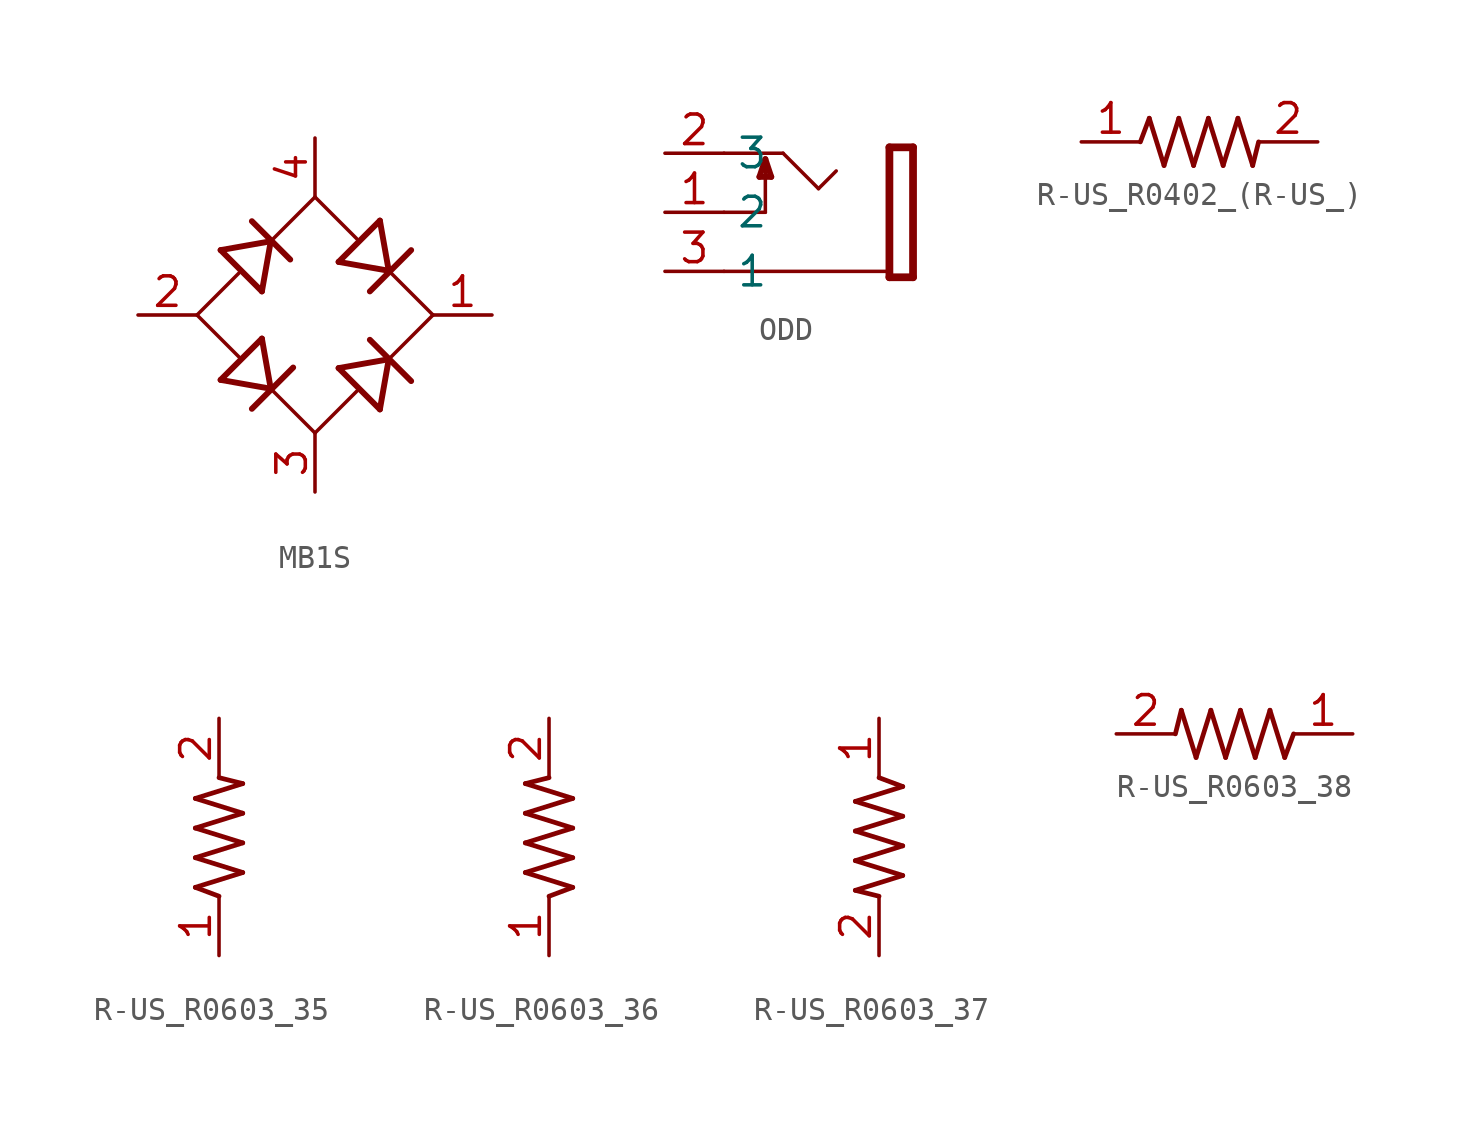
<source format=kicad_sym>
(kicad_symbol_lib
  (version 20231120)
  (generator "kicad_symbol_editor")
  (generator_version "8.0")
  (symbol "MB1S"
    (property "Reference" "D"
      (at 0 0 0)
      (effects (font (size 1.27 1.27)) (hide yes)))
    (property "ki_locked" ""
      (at 0 0 0)
      (effects (font (size 1.27 1.27))))
    (symbol "MB1S_1_0"
      (polyline (pts (xy -5.08 0) (xy -3.277 1.803)) (stroke (width 0.152) (type solid)) (fill (type none)))
      (polyline (pts (xy -4.064 -2.794) (xy -2.286 -1.016)) (stroke (width 0.254) (type solid)) (fill (type none)))
      (polyline (pts (xy -4.064 2.794) (xy -2.286 1.016)) (stroke (width 0.254) (type solid)) (fill (type none)))
      (polyline (pts (xy -3.277 -1.803) (xy -5.08 0)) (stroke (width 0.152) (type solid)) (fill (type none)))
      (polyline (pts (xy -2.718 -4.039) (xy -0.94 -2.261)) (stroke (width 0.254) (type solid)) (fill (type none)))
      (polyline (pts (xy -2.718 4.039) (xy -1.067 2.388)) (stroke (width 0.254) (type solid)) (fill (type none)))
      (polyline (pts (xy -1.905 -3.175) (xy -4.064 -2.794)) (stroke (width 0.254) (type solid)) (fill (type none)))
      (polyline (pts (xy -1.905 -3.175) (xy -2.286 -1.016)) (stroke (width 0.254) (type solid)) (fill (type none)))
      (polyline (pts (xy -1.905 3.175) (xy -4.064 2.794)) (stroke (width 0.254) (type solid)) (fill (type none)))
      (polyline (pts (xy -1.905 3.175) (xy -2.286 1.016)) (stroke (width 0.254) (type solid)) (fill (type none)))
      (polyline (pts (xy -1.905 3.175) (xy 0 5.08)) (stroke (width 0.152) (type solid)) (fill (type none)))
      (polyline (pts (xy 0 -5.08) (xy -1.905 -3.175)) (stroke (width 0.152) (type solid)) (fill (type none)))
      (polyline (pts (xy 0 -5.08) (xy 1.803 -3.277)) (stroke (width 0.152) (type solid)) (fill (type none)))
      (polyline (pts (xy 0 5.08) (xy 1.803 3.277)) (stroke (width 0.152) (type solid)) (fill (type none)))
      (polyline (pts (xy 1.016 -2.286) (xy 2.794 -4.064)) (stroke (width 0.254) (type solid)) (fill (type none)))
      (polyline (pts (xy 1.016 2.286) (xy 2.794 4.064)) (stroke (width 0.254) (type solid)) (fill (type none)))
      (polyline (pts (xy 2.362 -1.067) (xy 4.14 -2.845)) (stroke (width 0.254) (type solid)) (fill (type none)))
      (polyline (pts (xy 2.362 1.016) (xy 4.14 2.794)) (stroke (width 0.254) (type solid)) (fill (type none)))
      (polyline (pts (xy 3.175 -1.905) (xy 1.016 -2.286)) (stroke (width 0.254) (type solid)) (fill (type none)))
      (polyline (pts (xy 3.175 -1.905) (xy 2.794 -4.064)) (stroke (width 0.254) (type solid)) (fill (type none)))
      (polyline (pts (xy 3.175 1.905) (xy 1.016 2.286)) (stroke (width 0.254) (type solid)) (fill (type none)))
      (polyline (pts (xy 3.175 1.905) (xy 2.794 4.064)) (stroke (width 0.254) (type solid)) (fill (type none)))
      (polyline (pts (xy 3.175 1.905) (xy 5.08 0)) (stroke (width 0.152) (type solid)) (fill (type none)))
      (polyline (pts (xy 5.08 0) (xy 3.175 -1.905)) (stroke (width 0.152) (type solid)) (fill (type none)))
      (pin passive line (at 7.62 0 180) (length 2.54) (name "+" (effects (font (size 0 0)))) (number "1" (effects (font (size 1.27 1.27)))))
      (pin passive line (at -7.62 0 0) (length 2.54) (name "-" (effects (font (size 0 0)))) (number "2" (effects (font (size 1.27 1.27)))))
      (pin passive line (at 0 -7.62 90) (length 2.54) (name "AC2" (effects (font (size 0 0)))) (number "3" (effects (font (size 1.27 1.27)))))
      (pin passive line (at 0 7.62 270) (length 2.54) (name "AC1" (effects (font (size 0 0)))) (number "4" (effects (font (size 1.27 1.27)))))))
  (symbol "ODD"
    (property "Reference" "J"
      (at 0 0 0)
      (effects (font (size 1.27 1.27)) (hide yes)))
    (property "ki_locked" ""
      (at 0 0 0)
      (effects (font (size 1.27 1.27))))
    (symbol "ODD_1_0"
      (polyline (pts (xy -4.065 -2.54) (xy 3.047 -2.54)) (stroke (width 0.152) (type solid)) (fill (type none)))
      (polyline (pts (xy -4.065 0) (xy -2.287 0)) (stroke (width 0.152) (type solid)) (fill (type none)))
      (polyline (pts (xy -4.065 2.54) (xy -1.525 2.54)) (stroke (width 0.152) (type solid)) (fill (type none)))
      (polyline (pts (xy -2.541 1.524) (xy -2.033 1.524)) (stroke (width 0.254) (type solid)) (fill (type none)))
      (polyline (pts (xy -2.287 0) (xy -2.287 2.286)) (stroke (width 0.152) (type solid)) (fill (type none)))
      (polyline (pts (xy -2.287 2.286) (xy -2.541 1.524)) (stroke (width 0.254) (type solid)) (fill (type none)))
      (polyline (pts (xy -2.033 1.524) (xy -2.287 2.286)) (stroke (width 0.254) (type solid)) (fill (type none)))
      (polyline (pts (xy -1.525 2.54) (xy -0.001 1.016)) (stroke (width 0.152) (type solid)) (fill (type none)))
      (polyline (pts (xy -0.001 1.016) (xy 0.761 1.778)) (stroke (width 0.152) (type solid)) (fill (type none)))
      (polyline (pts (xy 3.049 -2.794) (xy 3.049 2.794)) (stroke (width 0.333) (type solid)) (fill (type none)))
      (polyline (pts (xy 3.049 2.794) (xy 4.065 2.794)) (stroke (width 0.333) (type solid)) (fill (type none)))
      (polyline (pts (xy 4.065 -2.794) (xy 3.049 -2.794)) (stroke (width 0.333) (type solid)) (fill (type none)))
      (polyline (pts (xy 4.065 2.794) (xy 4.065 -2.794)) (stroke (width 0.333) (type solid)) (fill (type none)))
      (pin passive line (at -6.605 0 0) (length 2.54) (name "2" (effects (font (size 1.27 1.27)))) (number "1" (effects (font (size 1.27 1.27)))))
      (pin passive line (at -6.605 2.54 0) (length 2.54) (name "3" (effects (font (size 1.27 1.27)))) (number "2" (effects (font (size 1.27 1.27)))))
      (pin passive line (at -6.605 -2.54 0) (length 2.54) (name "1" (effects (font (size 1.27 1.27)))) (number "3" (effects (font (size 1.27 1.27)))))))
  (symbol "R-US_R0402_(R-US_)"
    (property "Reference" "R"
      (at 0 0 0)
      (effects (font (size 1.27 1.27)) (hide yes)))
    (property "ki_locked" ""
      (at 0 0 0)
      (effects (font (size 1.27 1.27))))
    (symbol "R-US_R0402_(R-US_)_1_0"
      (polyline (pts (xy -2.54 0) (xy -2.159 1.016)) (stroke (width 0.203) (type solid)) (fill (type none)))
      (polyline (pts (xy -2.159 1.016) (xy -1.524 -1.016)) (stroke (width 0.203) (type solid)) (fill (type none)))
      (polyline (pts (xy -1.524 -1.016) (xy -0.889 1.016)) (stroke (width 0.203) (type solid)) (fill (type none)))
      (polyline (pts (xy -0.889 1.016) (xy -0.254 -1.016)) (stroke (width 0.203) (type solid)) (fill (type none)))
      (polyline (pts (xy -0.254 -1.016) (xy 0.381 1.016)) (stroke (width 0.203) (type solid)) (fill (type none)))
      (polyline (pts (xy 0.381 1.016) (xy 1.016 -1.016)) (stroke (width 0.203) (type solid)) (fill (type none)))
      (polyline (pts (xy 1.016 -1.016) (xy 1.651 1.016)) (stroke (width 0.203) (type solid)) (fill (type none)))
      (polyline (pts (xy 1.651 1.016) (xy 2.286 -1.016)) (stroke (width 0.203) (type solid)) (fill (type none)))
      (polyline (pts (xy 2.286 -1.016) (xy 2.54 0)) (stroke (width 0.203) (type solid)) (fill (type none)))
      (pin passive line (at -5.08 0 0) (length 2.54) (name "1" (effects (font (size 0 0)))) (number "1" (effects (font (size 1.27 1.27)))))
      (pin passive line (at 5.08 0 180) (length 2.54) (name "2" (effects (font (size 0 0)))) (number "2" (effects (font (size 1.27 1.27)))))))
  (symbol "R-US_R0603_35"
    (property "Reference" "R"
      (at 0 0 0)
      (effects (font (size 1.27 1.27)) (hide yes)))
    (property "ki_locked" ""
      (at 0 0 0)
      (effects (font (size 1.27 1.27))))
    (symbol "R-US_R0603_35_1_0"
      (polyline (pts (xy -1.016 -2.159) (xy 1.016 -1.524)) (stroke (width 0.203) (type solid)) (fill (type none)))
      (polyline (pts (xy -1.016 -0.889) (xy 1.016 -0.254)) (stroke (width 0.203) (type solid)) (fill (type none)))
      (polyline (pts (xy -1.016 0.381) (xy 1.016 1.016)) (stroke (width 0.203) (type solid)) (fill (type none)))
      (polyline (pts (xy -1.016 1.651) (xy 1.016 2.286)) (stroke (width 0.203) (type solid)) (fill (type none)))
      (polyline (pts (xy 0 -2.54) (xy -1.016 -2.159)) (stroke (width 0.203) (type solid)) (fill (type none)))
      (polyline (pts (xy 1.016 -1.524) (xy -1.016 -0.889)) (stroke (width 0.203) (type solid)) (fill (type none)))
      (polyline (pts (xy 1.016 -0.254) (xy -1.016 0.381)) (stroke (width 0.203) (type solid)) (fill (type none)))
      (polyline (pts (xy 1.016 1.016) (xy -1.016 1.651)) (stroke (width 0.203) (type solid)) (fill (type none)))
      (polyline (pts (xy 1.016 2.286) (xy 0 2.54)) (stroke (width 0.203) (type solid)) (fill (type none)))
      (pin passive line (at 0 -5.08 90) (length 2.54) (name "1" (effects (font (size 0 0)))) (number "1" (effects (font (size 1.27 1.27)))))
      (pin passive line (at 0 5.08 270) (length 2.54) (name "2" (effects (font (size 0 0)))) (number "2" (effects (font (size 1.27 1.27)))))))
  (symbol "R-US_R0603_36"
    (property "Reference" "R"
      (at 0 0 0)
      (effects (font (size 1.27 1.27)) (hide yes)))
    (property "ki_locked" ""
      (at 0 0 0)
      (effects (font (size 1.27 1.27))))
    (symbol "R-US_R0603_36_1_0"
      (polyline (pts (xy -1.016 -1.524) (xy 1.016 -0.889)) (stroke (width 0.203) (type solid)) (fill (type none)))
      (polyline (pts (xy -1.016 -0.254) (xy 1.016 0.381)) (stroke (width 0.203) (type solid)) (fill (type none)))
      (polyline (pts (xy -1.016 1.016) (xy 1.016 1.651)) (stroke (width 0.203) (type solid)) (fill (type none)))
      (polyline (pts (xy -1.016 2.286) (xy 0 2.54)) (stroke (width 0.203) (type solid)) (fill (type none)))
      (polyline (pts (xy 0 -2.54) (xy 1.016 -2.159)) (stroke (width 0.203) (type solid)) (fill (type none)))
      (polyline (pts (xy 1.016 -2.159) (xy -1.016 -1.524)) (stroke (width 0.203) (type solid)) (fill (type none)))
      (polyline (pts (xy 1.016 -0.889) (xy -1.016 -0.254)) (stroke (width 0.203) (type solid)) (fill (type none)))
      (polyline (pts (xy 1.016 0.381) (xy -1.016 1.016)) (stroke (width 0.203) (type solid)) (fill (type none)))
      (polyline (pts (xy 1.016 1.651) (xy -1.016 2.286)) (stroke (width 0.203) (type solid)) (fill (type none)))
      (pin passive line (at 0 -5.08 90) (length 2.54) (name "1" (effects (font (size 0 0)))) (number "1" (effects (font (size 1.27 1.27)))))
      (pin passive line (at 0 5.08 270) (length 2.54) (name "2" (effects (font (size 0 0)))) (number "2" (effects (font (size 1.27 1.27)))))))
  (symbol "R-US_R0603_37"
    (property "Reference" "R"
      (at 0 0 0)
      (effects (font (size 1.27 1.27)) (hide yes)))
    (property "ki_locked" ""
      (at 0 0 0)
      (effects (font (size 1.27 1.27))))
    (symbol "R-US_R0603_37_1_0"
      (polyline (pts (xy -1.016 -2.286) (xy 0 -2.54)) (stroke (width 0.203) (type solid)) (fill (type none)))
      (polyline (pts (xy -1.016 -1.016) (xy 1.016 -1.651)) (stroke (width 0.203) (type solid)) (fill (type none)))
      (polyline (pts (xy -1.016 0.254) (xy 1.016 -0.381)) (stroke (width 0.203) (type solid)) (fill (type none)))
      (polyline (pts (xy -1.016 1.524) (xy 1.016 0.889)) (stroke (width 0.203) (type solid)) (fill (type none)))
      (polyline (pts (xy 0 2.54) (xy 1.016 2.159)) (stroke (width 0.203) (type solid)) (fill (type none)))
      (polyline (pts (xy 1.016 -1.651) (xy -1.016 -2.286)) (stroke (width 0.203) (type solid)) (fill (type none)))
      (polyline (pts (xy 1.016 -0.381) (xy -1.016 -1.016)) (stroke (width 0.203) (type solid)) (fill (type none)))
      (polyline (pts (xy 1.016 0.889) (xy -1.016 0.254)) (stroke (width 0.203) (type solid)) (fill (type none)))
      (polyline (pts (xy 1.016 2.159) (xy -1.016 1.524)) (stroke (width 0.203) (type solid)) (fill (type none)))
      (pin passive line (at 0 5.08 270) (length 2.54) (name "1" (effects (font (size 0 0)))) (number "1" (effects (font (size 1.27 1.27)))))
      (pin passive line (at 0 -5.08 90) (length 2.54) (name "2" (effects (font (size 0 0)))) (number "2" (effects (font (size 1.27 1.27)))))))
  (symbol "R-US_R0603_38"
    (property "Reference" "R"
      (at 0 0 0)
      (effects (font (size 1.27 1.27)) (hide yes)))
    (property "ki_locked" ""
      (at 0 0 0)
      (effects (font (size 1.27 1.27))))
    (symbol "R-US_R0603_38_1_0"
      (polyline (pts (xy -2.286 1.016) (xy -2.54 0)) (stroke (width 0.203) (type solid)) (fill (type none)))
      (polyline (pts (xy -1.651 -1.016) (xy -2.286 1.016)) (stroke (width 0.203) (type solid)) (fill (type none)))
      (polyline (pts (xy -1.016 1.016) (xy -1.651 -1.016)) (stroke (width 0.203) (type solid)) (fill (type none)))
      (polyline (pts (xy -0.381 -1.016) (xy -1.016 1.016)) (stroke (width 0.203) (type solid)) (fill (type none)))
      (polyline (pts (xy 0.254 1.016) (xy -0.381 -1.016)) (stroke (width 0.203) (type solid)) (fill (type none)))
      (polyline (pts (xy 0.889 -1.016) (xy 0.254 1.016)) (stroke (width 0.203) (type solid)) (fill (type none)))
      (polyline (pts (xy 1.524 1.016) (xy 0.889 -1.016)) (stroke (width 0.203) (type solid)) (fill (type none)))
      (polyline (pts (xy 2.159 -1.016) (xy 1.524 1.016)) (stroke (width 0.203) (type solid)) (fill (type none)))
      (polyline (pts (xy 2.54 0) (xy 2.159 -1.016)) (stroke (width 0.203) (type solid)) (fill (type none)))
      (pin passive line (at 5.08 0 180) (length 2.54) (name "1" (effects (font (size 0 0)))) (number "1" (effects (font (size 1.27 1.27)))))
      (pin passive line (at -5.08 0 0) (length 2.54) (name "2" (effects (font (size 0 0)))) (number "2" (effects (font (size 1.27 1.27))))))))
</source>
